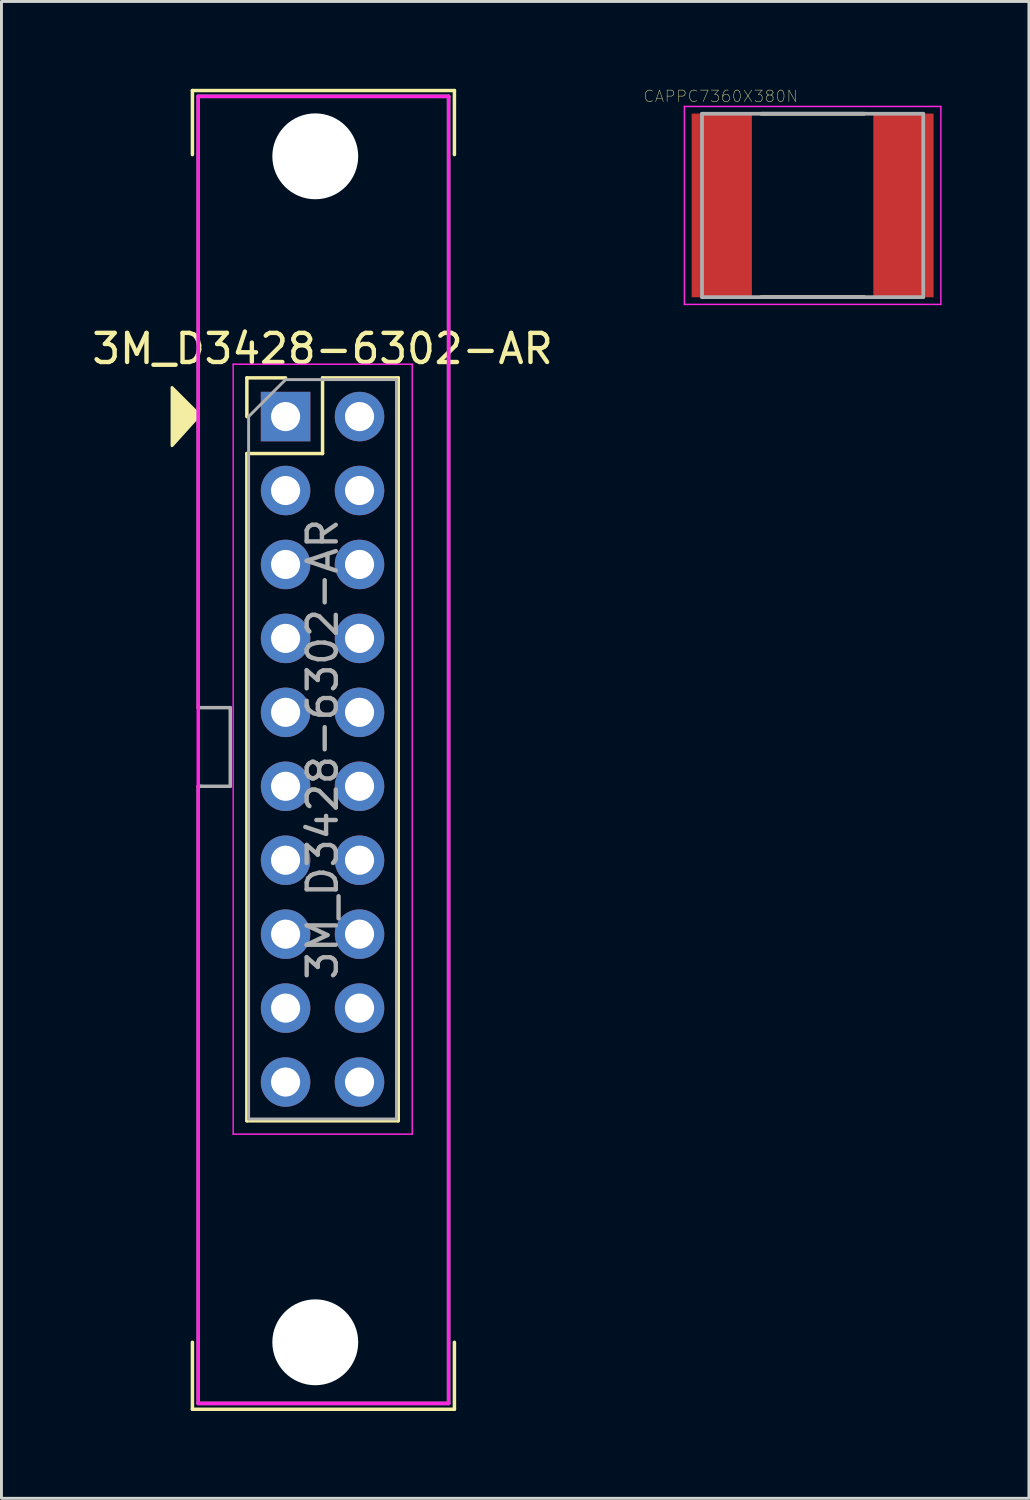
<source format=kicad_pcb>
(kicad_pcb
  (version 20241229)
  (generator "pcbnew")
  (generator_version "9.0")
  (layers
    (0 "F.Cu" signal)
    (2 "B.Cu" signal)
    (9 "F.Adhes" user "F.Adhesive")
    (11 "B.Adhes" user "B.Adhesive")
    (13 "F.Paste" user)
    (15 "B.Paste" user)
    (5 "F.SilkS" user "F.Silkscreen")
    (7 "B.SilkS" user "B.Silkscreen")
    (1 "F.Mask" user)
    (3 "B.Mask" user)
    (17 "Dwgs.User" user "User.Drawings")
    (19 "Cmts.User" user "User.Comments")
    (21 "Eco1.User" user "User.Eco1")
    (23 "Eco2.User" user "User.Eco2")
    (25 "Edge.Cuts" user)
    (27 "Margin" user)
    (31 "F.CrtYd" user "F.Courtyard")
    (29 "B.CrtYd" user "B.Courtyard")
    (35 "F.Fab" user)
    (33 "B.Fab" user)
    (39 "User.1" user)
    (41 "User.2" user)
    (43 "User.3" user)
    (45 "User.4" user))
  (footprint "3M_D3428-6302-AR"
    (layer "F.Cu")
    (at 6.76 11.26)
    (property "Reference" "3M_D3428-6302-AR" (at 1.27 -2.33 0) (layer "F.SilkS") (effects (font (size 1 1) (thickness 0.15))))
    (attr through_hole)
    (fp_line (start -3.2 -11.2) (end 5.8 -11.2) (stroke (width 0.12) (type solid)) (layer "F.SilkS"))
    (fp_line (start -3.2 -9) (end -3.2 -11.2) (stroke (width 0.12) (type solid)) (layer "F.SilkS"))
    (fp_line (start -3.2 31.8) (end -3.2 34.1) (stroke (width 0.12) (type solid)) (layer "F.SilkS"))
    (fp_line (start -3.2 34.1) (end 5.8 34.1) (stroke (width 0.12) (type solid)) (layer "F.SilkS"))
    (fp_line (start -1.33 -1.33) (end 0 -1.33) (stroke (width 0.12) (type solid)) (layer "F.SilkS"))
    (fp_line (start -1.33 0) (end -1.33 -1.33) (stroke (width 0.12) (type solid)) (layer "F.SilkS"))
    (fp_line (start -1.33 1.27) (end -1.33 24.19) (stroke (width 0.12) (type solid)) (layer "F.SilkS"))
    (fp_line (start -1.33 1.27) (end 1.27 1.27) (stroke (width 0.12) (type solid)) (layer "F.SilkS"))
    (fp_line (start -1.33 24.19) (end 3.87 24.19) (stroke (width 0.12) (type solid)) (layer "F.SilkS"))
    (fp_line (start 1.27 -1.33) (end 3.87 -1.33) (stroke (width 0.12) (type solid)) (layer "F.SilkS"))
    (fp_line (start 1.27 1.27) (end 1.27 -1.33) (stroke (width 0.12) (type solid)) (layer "F.SilkS"))
    (fp_line (start 3.87 -1.33) (end 3.87 24.19) (stroke (width 0.12) (type solid)) (layer "F.SilkS"))
    (fp_line (start 5.8 -11.2) (end 5.8 -9) (stroke (width 0.12) (type solid)) (layer "F.SilkS"))
    (fp_line (start 5.8 34.1) (end 5.8 31.8) (stroke (width 0.12) (type solid)) (layer "F.SilkS"))
    (fp_poly (pts (xy -3 -0.1) (xy -3 0) (xy -3.9 1) (xy -3.9 -1)) (stroke (width 0.1) (type solid)) (fill yes) (layer "F.SilkS"))
    (fp_line (start -3 -11) (end -3 33.9) (stroke (width 0.12) (type solid)) (layer "F.CrtYd"))
    (fp_line (start -3 33.9) (end 5.6 33.9) (stroke (width 0.12) (type solid)) (layer "F.CrtYd"))
    (fp_line (start -1.8 -1.8) (end -1.8 24.65) (stroke (width 0.05) (type solid)) (layer "F.CrtYd"))
    (fp_line (start -1.8 24.65) (end 4.35 24.65) (stroke (width 0.05) (type solid)) (layer "F.CrtYd"))
    (fp_line (start 4.35 -1.8) (end -1.8 -1.8) (stroke (width 0.05) (type solid)) (layer "F.CrtYd"))
    (fp_line (start 4.35 24.65) (end 4.35 -1.8) (stroke (width 0.05) (type solid)) (layer "F.CrtYd"))
    (fp_line (start 5.6 -11) (end -3 -11) (stroke (width 0.12) (type solid)) (layer "F.CrtYd"))
    (fp_line (start 5.6 33.9) (end 5.6 -11) (stroke (width 0.12) (type solid)) (layer "F.CrtYd"))
    (fp_line (start -3 -11) (end -3 10) (stroke (width 0.12) (type solid)) (layer "F.Fab"))
    (fp_line (start -3 10) (end -1.9 10) (stroke (width 0.12) (type solid)) (layer "F.Fab"))
    (fp_line (start -3 12.7) (end -3 33.9) (stroke (width 0.12) (type solid)) (layer "F.Fab"))
    (fp_line (start -3 33.9) (end 5.6 33.9) (stroke (width 0.12) (type solid)) (layer "F.Fab"))
    (fp_line (start -2.9 12.7) (end -3 12.7) (stroke (width 0.12) (type solid)) (layer "F.Fab"))
    (fp_line (start -1.9 10) (end -1.9 12.7) (stroke (width 0.12) (type solid)) (layer "F.Fab"))
    (fp_line (start -1.9 12.7) (end -2.9 12.7) (stroke (width 0.12) (type solid)) (layer "F.Fab"))
    (fp_line (start -1.27 0) (end 0 -1.27) (stroke (width 0.1) (type solid)) (layer "F.Fab"))
    (fp_line (start -1.27 24.13) (end -1.27 0) (stroke (width 0.1) (type solid)) (layer "F.Fab"))
    (fp_line (start 0 -1.27) (end 3.81 -1.27) (stroke (width 0.1) (type solid)) (layer "F.Fab"))
    (fp_line (start 3.81 -1.27) (end 3.81 24.13) (stroke (width 0.1) (type solid)) (layer "F.Fab"))
    (fp_line (start 3.81 24.13) (end -1.27 24.13) (stroke (width 0.1) (type solid)) (layer "F.Fab"))
    (fp_line (start 5.6 -11) (end -3 -11) (stroke (width 0.12) (type solid)) (layer "F.Fab"))
    (fp_line (start 5.6 33.9) (end 5.6 -11) (stroke (width 0.12) (type solid)) (layer "F.Fab"))
    (fp_text user "${REFERENCE}" (at 1.27 11.43 90) (layer "F.Fab") (effects (font (size 1 1) (thickness 0.15))))
    (pad "" np_thru_hole circle (at 1.02 -8.94) (size 2.95 2.95) (drill 2.95) (layers "*.Cu" "*.Mask"))
    (pad "" np_thru_hole circle (at 1.02 31.8) (size 2.95 2.95) (drill 2.95) (layers "*.Cu" "*.Mask"))
    (pad "1" thru_hole rect (at 0 0) (size 1.7 1.7) (drill 1) (layers "*.Cu" "*.Mask"))
    (pad "2" thru_hole oval (at 2.54 0) (size 1.7 1.7) (drill 1) (layers "*.Cu" "*.Mask"))
    (pad "3" thru_hole oval (at 0 2.54) (size 1.7 1.7) (drill 1) (layers "*.Cu" "*.Mask"))
    (pad "4" thru_hole oval (at 2.54 2.54) (size 1.7 1.7) (drill 1) (layers "*.Cu" "*.Mask"))
    (pad "5" thru_hole oval (at 0 5.08) (size 1.7 1.7) (drill 1) (layers "*.Cu" "*.Mask"))
    (pad "6" thru_hole oval (at 2.54 5.08) (size 1.7 1.7) (drill 1) (layers "*.Cu" "*.Mask"))
    (pad "7" thru_hole oval (at 0 7.62) (size 1.7 1.7) (drill 1) (layers "*.Cu" "*.Mask"))
    (pad "8" thru_hole oval (at 2.54 7.62) (size 1.7 1.7) (drill 1) (layers "*.Cu" "*.Mask"))
    (pad "9" thru_hole oval (at 0 10.16) (size 1.7 1.7) (drill 1) (layers "*.Cu" "*.Mask"))
    (pad "10" thru_hole oval (at 2.54 10.16) (size 1.7 1.7) (drill 1) (layers "*.Cu" "*.Mask"))
    (pad "11" thru_hole oval (at 0 12.7) (size 1.7 1.7) (drill 1) (layers "*.Cu" "*.Mask"))
    (pad "12" thru_hole oval (at 2.54 12.7) (size 1.7 1.7) (drill 1) (layers "*.Cu" "*.Mask"))
    (pad "13" thru_hole oval (at 0 15.24) (size 1.7 1.7) (drill 1) (layers "*.Cu" "*.Mask"))
    (pad "14" thru_hole oval (at 2.54 15.24) (size 1.7 1.7) (drill 1) (layers "*.Cu" "*.Mask"))
    (pad "15" thru_hole oval (at 0 17.78) (size 1.7 1.7) (drill 1) (layers "*.Cu" "*.Mask"))
    (pad "16" thru_hole oval (at 2.54 17.78) (size 1.7 1.7) (drill 1) (layers "*.Cu" "*.Mask"))
    (pad "17" thru_hole oval (at 0 20.32) (size 1.7 1.7) (drill 1) (layers "*.Cu" "*.Mask"))
    (pad "18" thru_hole oval (at 2.54 20.32) (size 1.7 1.7) (drill 1) (layers "*.Cu" "*.Mask"))
    (pad "19" thru_hole oval (at 0 22.86) (size 1.7 1.7) (drill 1) (layers "*.Cu" "*.Mask"))
    (pad "20" thru_hole oval (at 2.54 22.86) (size 1.7 1.7) (drill 1) (layers "*.Cu" "*.Mask")))
  (footprint "CAPPC7360X380N"
    (layer "F.Cu")
    (at 24.865 4.007)
    (property "Reference" "CAPPC7360X380N" (at -3.16 -3.75 0) (layer "F.SilkS") (effects (font (size 0.394 0.394) (thickness 0.015))))
    (attr through_hole)
    (fp_line (start -1.77 -3.15) (end 1.77 -3.15) (stroke (width 0.127) (type solid)) (layer "F.SilkS"))
    (fp_line (start -1.77 3.15) (end 1.77 3.15) (stroke (width 0.127) (type solid)) (layer "F.SilkS"))
    (fp_line (start -4.405 -3.4) (end 4.405 -3.4) (stroke (width 0.05) (type solid)) (layer "F.CrtYd"))
    (fp_line (start -4.405 3.4) (end -4.405 -3.4) (stroke (width 0.05) (type solid)) (layer "F.CrtYd"))
    (fp_line (start -4.405 3.4) (end 4.405 3.4) (stroke (width 0.05) (type solid)) (layer "F.CrtYd"))
    (fp_line (start 4.405 3.4) (end 4.405 -3.4) (stroke (width 0.05) (type solid)) (layer "F.CrtYd"))
    (fp_line (start -3.8 3.15) (end -3.8 -3.15) (stroke (width 0.127) (type solid)) (layer "F.Fab"))
    (fp_line (start 3.8 -3.15) (end -3.8 -3.15) (stroke (width 0.127) (type solid)) (layer "F.Fab"))
    (fp_line (start 3.8 3.15) (end -3.8 3.15) (stroke (width 0.127) (type solid)) (layer "F.Fab"))
    (fp_line (start 3.8 3.15) (end 3.8 -3.15) (stroke (width 0.127) (type solid)) (layer "F.Fab"))
    (pad "1" smd rect (at -3.121 0) (size 2.07 6.31) (layers "F.Cu" "F.Mask" "F.Paste"))
    (pad "2" smd rect (at 3.121 0) (size 2.07 6.31) (layers "F.Cu" "F.Mask" "F.Paste")))
  (gr_rect
    (start -3 -3)
    (end 32.295 48.42)
    (stroke (width 0.1) (type default))
    (fill no)
    (layer "Edge.Cuts")))
</source>
